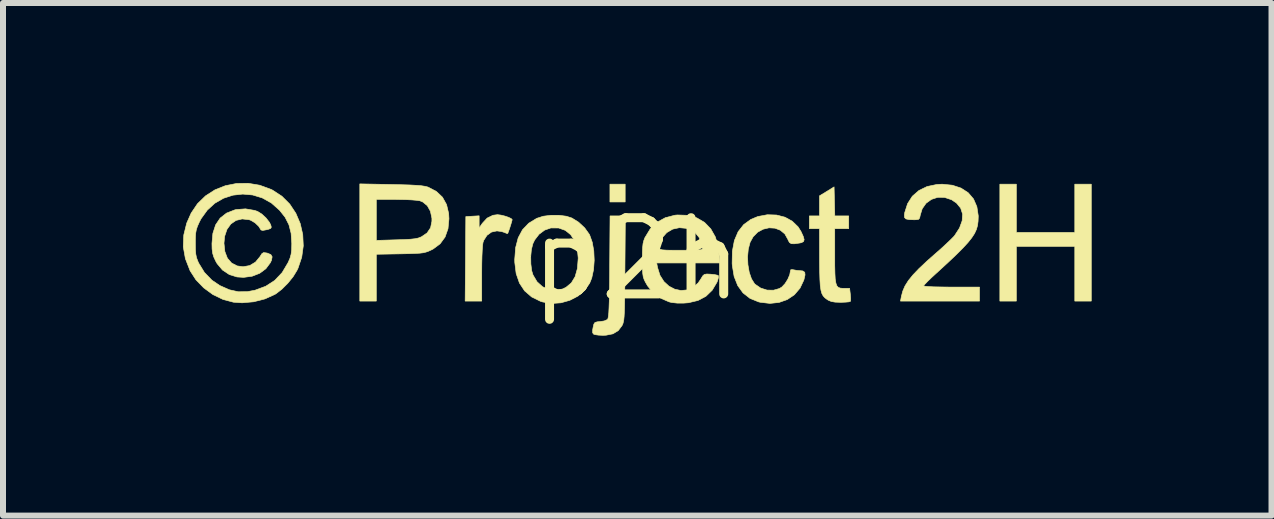
<source format=kicad_pcb>
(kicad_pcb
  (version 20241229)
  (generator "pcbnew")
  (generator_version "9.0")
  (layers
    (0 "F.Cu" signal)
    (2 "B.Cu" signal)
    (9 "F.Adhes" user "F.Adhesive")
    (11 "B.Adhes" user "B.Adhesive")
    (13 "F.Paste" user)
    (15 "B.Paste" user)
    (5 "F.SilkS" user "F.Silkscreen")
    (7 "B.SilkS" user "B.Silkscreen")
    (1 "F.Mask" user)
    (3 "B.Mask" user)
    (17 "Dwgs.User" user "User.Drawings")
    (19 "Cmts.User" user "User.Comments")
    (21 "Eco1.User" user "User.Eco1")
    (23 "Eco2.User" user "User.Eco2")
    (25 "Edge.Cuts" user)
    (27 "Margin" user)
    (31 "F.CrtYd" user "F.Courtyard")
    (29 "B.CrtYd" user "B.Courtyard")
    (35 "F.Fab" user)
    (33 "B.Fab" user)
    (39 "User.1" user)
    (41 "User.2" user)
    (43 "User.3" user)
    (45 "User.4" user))
  (footprint "p2h"
    (layer "F.Cu")
    (at 7.561 1.269)
    (property "Reference" "p2h" (at 0 0 0) (layer "F.SilkS") (effects (font (size 1.27 1.27) (thickness 0.15))))
    (attr through_hole)
    (fp_poly (pts (xy -0.191 -0.953) (xy -0.445 -0.953) (xy -0.445 -1.249) (xy -0.191 -1.249) (xy -0.191 -0.953)) (stroke (width 0.01) (type solid)) (fill yes) (layer "F.SilkS"))
    (fp_poly (pts (xy 6.329 -0.445) (xy 7.303 -0.445) (xy 7.303 -1.249) (xy 7.578 -1.249) (xy 7.578 0.699) (xy 7.303 0.699) (xy 7.303 -0.212) (xy 6.329 -0.212) (xy 6.329 0.699) (xy 6.054 0.699) (xy 6.054 -1.249) (xy 6.329 -1.249) (xy 6.329 -0.445)) (stroke (width 0.01) (type solid)) (fill yes) (layer "F.SilkS"))
    (fp_poly (pts (xy -2.263 -0.734) (xy -2.197 -0.718) (xy -2.135 -0.697) (xy -2.09 -0.675) (xy -2.074 -0.658) (xy -2.081 -0.631) (xy -2.096 -0.58) (xy -2.115 -0.52) (xy -2.134 -0.465) (xy -2.147 -0.431) (xy -2.15 -0.427) (xy -2.17 -0.43) (xy -2.201 -0.444) (xy -2.252 -0.46) (xy -2.319 -0.469) (xy -2.331 -0.47) (xy -2.419 -0.451) (xy -2.494 -0.397) (xy -2.547 -0.315) (xy -2.561 -0.276) (xy -2.567 -0.233) (xy -2.573 -0.155) (xy -2.578 -0.049) (xy -2.581 0.076) (xy -2.582 0.213) (xy -2.582 0.249) (xy -2.582 0.699) (xy -2.858 0.699) (xy -2.852 -0.005) (xy -2.847 -0.709) (xy -2.625 -0.722) (xy -2.625 -0.519) (xy -2.571 -0.598) (xy -2.491 -0.684) (xy -2.395 -0.731) (xy -2.319 -0.741) (xy -2.263 -0.734)) (stroke (width 0.01) (type solid)) (fill yes) (layer "F.SilkS"))
    (fp_poly (pts (xy -0.195 0.153) (xy -0.196 0.369) (xy -0.198 0.547) (xy -0.2 0.691) (xy -0.202 0.805) (xy -0.205 0.893) (xy -0.209 0.96) (xy -0.214 1.01) (xy -0.221 1.046) (xy -0.228 1.074) (xy -0.238 1.097) (xy -0.244 1.109) (xy -0.307 1.192) (xy -0.395 1.245) (xy -0.51 1.268) (xy -0.561 1.27) (xy -0.634 1.267) (xy -0.691 1.259) (xy -0.716 1.251) (xy -0.733 1.228) (xy -0.733 1.181) (xy -0.726 1.141) (xy -0.713 1.084) (xy -0.694 1.056) (xy -0.656 1.045) (xy -0.61 1.041) (xy -0.539 1.03) (xy -0.49 1.008) (xy -0.483 1.001) (xy -0.476 0.984) (xy -0.47 0.949) (xy -0.464 0.892) (xy -0.46 0.812) (xy -0.456 0.703) (xy -0.454 0.563) (xy -0.451 0.388) (xy -0.449 0.175) (xy -0.449 0.124) (xy -0.443 -0.72) (xy -0.188 -0.72) (xy -0.195 0.153)) (stroke (width 0.01) (type solid)) (fill yes) (layer "F.SilkS"))
    (fp_poly (pts (xy 3.297 -0.962) (xy 3.303 -0.72) (xy 3.535 -0.72) (xy 3.535 -0.508) (xy 3.302 -0.508) (xy 3.302 -0.058) (xy 3.302 0.108) (xy 3.305 0.236) (xy 3.31 0.332) (xy 3.321 0.399) (xy 3.337 0.444) (xy 3.36 0.47) (xy 3.393 0.483) (xy 3.436 0.487) (xy 3.459 0.487) (xy 3.55 0.487) (xy 3.562 0.587) (xy 3.567 0.65) (xy 3.566 0.694) (xy 3.563 0.704) (xy 3.539 0.712) (xy 3.483 0.717) (xy 3.409 0.72) (xy 3.399 0.72) (xy 3.309 0.717) (xy 3.245 0.706) (xy 3.195 0.685) (xy 3.173 0.671) (xy 3.137 0.644) (xy 3.109 0.613) (xy 3.087 0.572) (xy 3.072 0.517) (xy 3.061 0.442) (xy 3.055 0.342) (xy 3.051 0.212) (xy 3.049 0.046) (xy 3.049 -0.016) (xy 3.048 -0.508) (xy 2.879 -0.508) (xy 2.879 -0.72) (xy 3.048 -0.72) (xy 3.048 -1.055) (xy 3.17 -1.129) (xy 3.291 -1.204) (xy 3.297 -0.962)) (stroke (width 0.01) (type solid)) (fill yes) (layer "F.SilkS"))
    (fp_poly (pts (xy -4.09 -1.244) (xy -3.917 -1.24) (xy -3.78 -1.236) (xy -3.674 -1.23) (xy -3.594 -1.224) (xy -3.535 -1.215) (xy -3.491 -1.205) (xy -3.473 -1.199) (xy -3.338 -1.128) (xy -3.236 -1.032) (xy -3.168 -0.909) (xy -3.133 -0.761) (xy -3.128 -0.672) (xy -3.144 -0.506) (xy -3.193 -0.368) (xy -3.275 -0.256) (xy -3.39 -0.17) (xy -3.427 -0.151) (xy -3.471 -0.131) (xy -3.512 -0.117) (xy -3.558 -0.106) (xy -3.616 -0.099) (xy -3.693 -0.095) (xy -3.798 -0.091) (xy -3.937 -0.088) (xy -3.942 -0.088) (xy -4.339 -0.081) (xy -4.339 0.699) (xy -4.614 0.699) (xy -4.614 -0.312) (xy -4.339 -0.312) (xy -4.005 -0.322) (xy -3.87 -0.326) (xy -3.769 -0.332) (xy -3.695 -0.34) (xy -3.641 -0.351) (xy -3.599 -0.367) (xy -3.587 -0.372) (xy -3.492 -0.437) (xy -3.434 -0.523) (xy -3.412 -0.632) (xy -3.412 -0.681) (xy -3.437 -0.798) (xy -3.489 -0.891) (xy -3.567 -0.954) (xy -3.615 -0.973) (xy -3.664 -0.98) (xy -3.745 -0.987) (xy -3.849 -0.992) (xy -3.967 -0.994) (xy -4.016 -0.995) (xy -4.339 -0.995) (xy -4.339 -0.312) (xy -4.614 -0.312) (xy -4.614 -1.254) (xy -4.09 -1.244)) (stroke (width 0.01) (type solid)) (fill yes) (layer "F.SilkS"))
    (fp_poly (pts (xy -6.367 -0.812) (xy -6.318 -0.795) (xy -6.247 -0.751) (xy -6.177 -0.686) (xy -6.121 -0.614) (xy -6.099 -0.571) (xy -6.089 -0.533) (xy -6.099 -0.512) (xy -6.138 -0.497) (xy -6.167 -0.49) (xy -6.232 -0.478) (xy -6.261 -0.486) (xy -6.262 -0.488) (xy -6.299 -0.547) (xy -6.36 -0.605) (xy -6.431 -0.647) (xy -6.459 -0.657) (xy -6.575 -0.67) (xy -6.678 -0.645) (xy -6.763 -0.586) (xy -6.828 -0.496) (xy -6.867 -0.38) (xy -6.878 -0.265) (xy -6.863 -0.126) (xy -6.821 -0.016) (xy -6.751 0.065) (xy -6.658 0.113) (xy -6.56 0.127) (xy -6.448 0.107) (xy -6.352 0.049) (xy -6.277 -0.042) (xy -6.276 -0.044) (xy -6.246 -0.091) (xy -6.218 -0.109) (xy -6.175 -0.104) (xy -6.154 -0.1) (xy -6.097 -0.076) (xy -6.075 -0.039) (xy -6.086 0.019) (xy -6.106 0.061) (xy -6.18 0.16) (xy -6.283 0.236) (xy -6.409 0.285) (xy -6.55 0.304) (xy -6.661 0.297) (xy -6.789 0.257) (xy -6.903 0.181) (xy -6.992 0.075) (xy -7.015 0.035) (xy -7.048 -0.036) (xy -7.067 -0.099) (xy -7.076 -0.17) (xy -7.078 -0.261) (xy -7.063 -0.429) (xy -7.017 -0.571) (xy -6.941 -0.684) (xy -6.835 -0.767) (xy -6.7 -0.82) (xy -6.676 -0.826) (xy -6.519 -0.838) (xy -6.367 -0.812)) (stroke (width 0.01) (type solid)) (fill yes) (layer "F.SilkS"))
    (fp_poly (pts (xy -1.171 -0.715) (xy -1.079 -0.685) (xy -0.968 -0.616) (xy -0.866 -0.521) (xy -0.79 -0.415) (xy -0.783 -0.403) (xy -0.74 -0.282) (xy -0.714 -0.137) (xy -0.707 0.02) (xy -0.718 0.175) (xy -0.748 0.314) (xy -0.782 0.399) (xy -0.865 0.519) (xy -0.978 0.616) (xy -1.113 0.686) (xy -1.261 0.728) (xy -1.415 0.739) (xy -1.566 0.714) (xy -1.602 0.703) (xy -1.75 0.63) (xy -1.867 0.529) (xy -1.953 0.399) (xy -2.008 0.24) (xy -2.031 0.054) (xy -2.032 0.003) (xy -2.028 -0.043) (xy -1.765 -0.043) (xy -1.763 0.08) (xy -1.749 0.193) (xy -1.727 0.264) (xy -1.66 0.377) (xy -1.57 0.459) (xy -1.465 0.508) (xy -1.352 0.522) (xy -1.236 0.498) (xy -1.177 0.47) (xy -1.088 0.396) (xy -1.025 0.292) (xy -0.987 0.156) (xy -0.974 -0.012) (xy -0.974 -0.021) (xy -0.989 -0.175) (xy -1.032 -0.305) (xy -1.1 -0.408) (xy -1.19 -0.48) (xy -1.3 -0.519) (xy -1.425 -0.52) (xy -1.432 -0.519) (xy -1.533 -0.484) (xy -1.626 -0.415) (xy -1.699 -0.32) (xy -1.729 -0.258) (xy -1.754 -0.161) (xy -1.765 -0.043) (xy -2.028 -0.043) (xy -2.017 -0.191) (xy -1.974 -0.355) (xy -1.902 -0.49) (xy -1.799 -0.598) (xy -1.665 -0.68) (xy -1.662 -0.681) (xy -1.556 -0.715) (xy -1.428 -0.731) (xy -1.295 -0.731) (xy -1.171 -0.715)) (stroke (width 0.01) (type solid)) (fill yes) (layer "F.SilkS"))
    (fp_poly (pts (xy 2.332 -0.735) (xy 2.472 -0.699) (xy 2.594 -0.632) (xy 2.691 -0.538) (xy 2.739 -0.462) (xy 2.777 -0.379) (xy 2.792 -0.325) (xy 2.782 -0.293) (xy 2.746 -0.274) (xy 2.715 -0.268) (xy 2.632 -0.256) (xy 2.58 -0.257) (xy 2.549 -0.275) (xy 2.528 -0.311) (xy 2.522 -0.327) (xy 2.47 -0.42) (xy 2.395 -0.482) (xy 2.305 -0.516) (xy 2.207 -0.522) (xy 2.109 -0.499) (xy 2.018 -0.45) (xy 1.942 -0.373) (xy 1.891 -0.28) (xy 1.861 -0.166) (xy 1.849 -0.038) (xy 1.855 0.094) (xy 1.877 0.22) (xy 1.914 0.328) (xy 1.964 0.408) (xy 1.975 0.419) (xy 2.067 0.482) (xy 2.173 0.516) (xy 2.281 0.518) (xy 2.38 0.49) (xy 2.423 0.463) (xy 2.474 0.408) (xy 2.52 0.335) (xy 2.552 0.26) (xy 2.561 0.21) (xy 2.569 0.177) (xy 2.599 0.175) (xy 2.609 0.177) (xy 2.67 0.188) (xy 2.709 0.191) (xy 2.77 0.197) (xy 2.802 0.219) (xy 2.807 0.263) (xy 2.79 0.337) (xy 2.786 0.351) (xy 2.723 0.484) (xy 2.63 0.593) (xy 2.512 0.673) (xy 2.374 0.722) (xy 2.222 0.738) (xy 2.06 0.719) (xy 2.031 0.712) (xy 1.889 0.654) (xy 1.773 0.563) (xy 1.685 0.441) (xy 1.625 0.289) (xy 1.595 0.108) (xy 1.592 0.072) (xy 1.596 -0.133) (xy 1.629 -0.309) (xy 1.692 -0.457) (xy 1.784 -0.575) (xy 1.904 -0.662) (xy 2.02 -0.71) (xy 2.179 -0.74) (xy 2.332 -0.735)) (stroke (width 0.01) (type solid)) (fill yes) (layer "F.SilkS"))
    (fp_poly (pts (xy 5.262 -1.232) (xy 5.407 -1.184) (xy 5.526 -1.107) (xy 5.615 -1.003) (xy 5.671 -0.874) (xy 5.694 -0.723) (xy 5.694 -0.706) (xy 5.691 -0.63) (xy 5.682 -0.561) (xy 5.663 -0.494) (xy 5.632 -0.427) (xy 5.585 -0.355) (xy 5.521 -0.275) (xy 5.436 -0.183) (xy 5.328 -0.075) (xy 5.194 0.052) (xy 5.031 0.202) (xy 4.989 0.24) (xy 4.912 0.311) (xy 4.849 0.372) (xy 4.804 0.419) (xy 4.784 0.444) (xy 4.784 0.446) (xy 4.804 0.452) (xy 4.862 0.457) (xy 4.953 0.462) (xy 5.072 0.464) (xy 5.215 0.466) (xy 5.249 0.466) (xy 5.715 0.466) (xy 5.715 0.699) (xy 4.398 0.699) (xy 4.413 0.62) (xy 4.436 0.533) (xy 4.473 0.447) (xy 4.529 0.358) (xy 4.606 0.263) (xy 4.708 0.156) (xy 4.839 0.033) (xy 4.969 -0.082) (xy 5.064 -0.165) (xy 5.152 -0.246) (xy 5.226 -0.316) (xy 5.279 -0.369) (xy 5.299 -0.391) (xy 5.382 -0.519) (xy 5.426 -0.64) (xy 5.433 -0.751) (xy 5.401 -0.85) (xy 5.332 -0.934) (xy 5.249 -0.99) (xy 5.132 -1.029) (xy 5.018 -1.03) (xy 4.914 -0.996) (xy 4.825 -0.932) (xy 4.76 -0.84) (xy 4.728 -0.736) (xy 4.717 -0.685) (xy 4.697 -0.662) (xy 4.654 -0.657) (xy 4.628 -0.656) (xy 4.541 -0.659) (xy 4.489 -0.67) (xy 4.465 -0.694) (xy 4.463 -0.737) (xy 4.468 -0.774) (xy 4.516 -0.924) (xy 4.595 -1.048) (xy 4.705 -1.144) (xy 4.841 -1.21) (xy 5.002 -1.244) (xy 5.092 -1.249) (xy 5.262 -1.232)) (stroke (width 0.01) (type solid)) (fill yes) (layer "F.SilkS"))
    (fp_poly (pts (xy -6.283 -1.232) (xy -6.093 -1.162) (xy -6.068 -1.15) (xy -5.912 -1.048) (xy -5.782 -0.918) (xy -5.68 -0.764) (xy -5.607 -0.593) (xy -5.565 -0.41) (xy -5.556 -0.221) (xy -5.582 -0.032) (xy -5.644 0.152) (xy -5.663 0.191) (xy -5.727 0.295) (xy -5.815 0.403) (xy -5.913 0.501) (xy -6.01 0.576) (xy -6.028 0.587) (xy -6.195 0.663) (xy -6.383 0.711) (xy -6.575 0.728) (xy -6.72 0.718) (xy -6.894 0.672) (xy -7.062 0.591) (xy -7.215 0.479) (xy -7.345 0.345) (xy -7.443 0.193) (xy -7.444 0.19) (xy -7.521 -0.008) (xy -7.556 -0.205) (xy -7.554 -0.265) (xy -7.355 -0.265) (xy -7.354 -0.16) (xy -7.348 -0.085) (xy -7.336 -0.025) (xy -7.314 0.034) (xy -7.299 0.067) (xy -7.204 0.222) (xy -7.078 0.352) (xy -6.946 0.441) (xy -6.788 0.511) (xy -6.639 0.544) (xy -6.488 0.542) (xy -6.36 0.518) (xy -6.182 0.452) (xy -6.032 0.355) (xy -5.908 0.224) (xy -5.81 0.059) (xy -5.806 0.051) (xy -5.776 -0.019) (xy -5.759 -0.082) (xy -5.75 -0.154) (xy -5.748 -0.251) (xy -5.748 -0.265) (xy -5.759 -0.431) (xy -5.795 -0.572) (xy -5.859 -0.698) (xy -5.951 -0.814) (xy -6.087 -0.935) (xy -6.239 -1.02) (xy -6.399 -1.069) (xy -6.565 -1.084) (xy -6.728 -1.066) (xy -6.885 -1.015) (xy -7.03 -0.932) (xy -7.156 -0.817) (xy -7.26 -0.673) (xy -7.288 -0.619) (xy -7.32 -0.548) (xy -7.339 -0.49) (xy -7.35 -0.429) (xy -7.355 -0.351) (xy -7.355 -0.265) (xy -7.554 -0.265) (xy -7.548 -0.402) (xy -7.499 -0.6) (xy -7.425 -0.767) (xy -7.319 -0.924) (xy -7.185 -1.054) (xy -7.028 -1.155) (xy -6.854 -1.224) (xy -6.669 -1.261) (xy -6.476 -1.264) (xy -6.283 -1.232)) (stroke (width 0.01) (type solid)) (fill yes) (layer "F.SilkS"))
    (fp_poly (pts (xy 0.851 -0.73) (xy 1.002 -0.688) (xy 1.132 -0.612) (xy 1.236 -0.504) (xy 1.313 -0.368) (xy 1.359 -0.204) (xy 1.371 -0.101) (xy 1.381 0.064) (xy 0.334 0.064) (xy 0.349 0.142) (xy 0.389 0.27) (xy 0.455 0.374) (xy 0.539 0.451) (xy 0.635 0.501) (xy 0.738 0.523) (xy 0.842 0.513) (xy 0.94 0.471) (xy 1.026 0.396) (xy 1.073 0.327) (xy 1.102 0.279) (xy 1.129 0.255) (xy 1.169 0.248) (xy 1.232 0.251) (xy 1.299 0.258) (xy 1.347 0.268) (xy 1.362 0.275) (xy 1.365 0.302) (xy 1.351 0.353) (xy 1.339 0.385) (xy 1.259 0.519) (xy 1.154 0.62) (xy 1.023 0.689) (xy 0.863 0.727) (xy 0.783 0.733) (xy 0.677 0.733) (xy 0.584 0.723) (xy 0.54 0.712) (xy 0.392 0.648) (xy 0.276 0.561) (xy 0.182 0.445) (xy 0.145 0.381) (xy 0.124 0.337) (xy 0.11 0.294) (xy 0.102 0.241) (xy 0.097 0.17) (xy 0.095 0.071) (xy 0.095 0.011) (xy 0.096 -0.109) (xy 0.1 -0.196) (xy 0.102 -0.212) (xy 0.361 -0.212) (xy 0.362 -0.183) (xy 0.384 -0.165) (xy 0.43 -0.154) (xy 0.506 -0.149) (xy 0.616 -0.148) (xy 0.73 -0.148) (xy 0.863 -0.148) (xy 0.96 -0.149) (xy 1.026 -0.152) (xy 1.067 -0.156) (xy 1.089 -0.164) (xy 1.099 -0.175) (xy 1.1 -0.191) (xy 1.1 -0.196) (xy 1.083 -0.279) (xy 1.038 -0.366) (xy 0.977 -0.439) (xy 0.944 -0.464) (xy 0.829 -0.513) (xy 0.712 -0.524) (xy 0.601 -0.5) (xy 0.502 -0.442) (xy 0.424 -0.354) (xy 0.4 -0.309) (xy 0.375 -0.253) (xy 0.361 -0.212) (xy 0.102 -0.212) (xy 0.107 -0.26) (xy 0.12 -0.311) (xy 0.138 -0.358) (xy 0.14 -0.361) (xy 0.227 -0.504) (xy 0.341 -0.615) (xy 0.479 -0.691) (xy 0.638 -0.732) (xy 0.679 -0.736) (xy 0.851 -0.73)) (stroke (width 0.01) (type solid)) (fill yes) (layer "F.SilkS")))
  (gr_rect
    (start -3 -3)
    (end 18.143 5.544)
    (stroke (width 0.1) (type default))
    (fill no)
    (layer "Edge.Cuts")))
</source>
